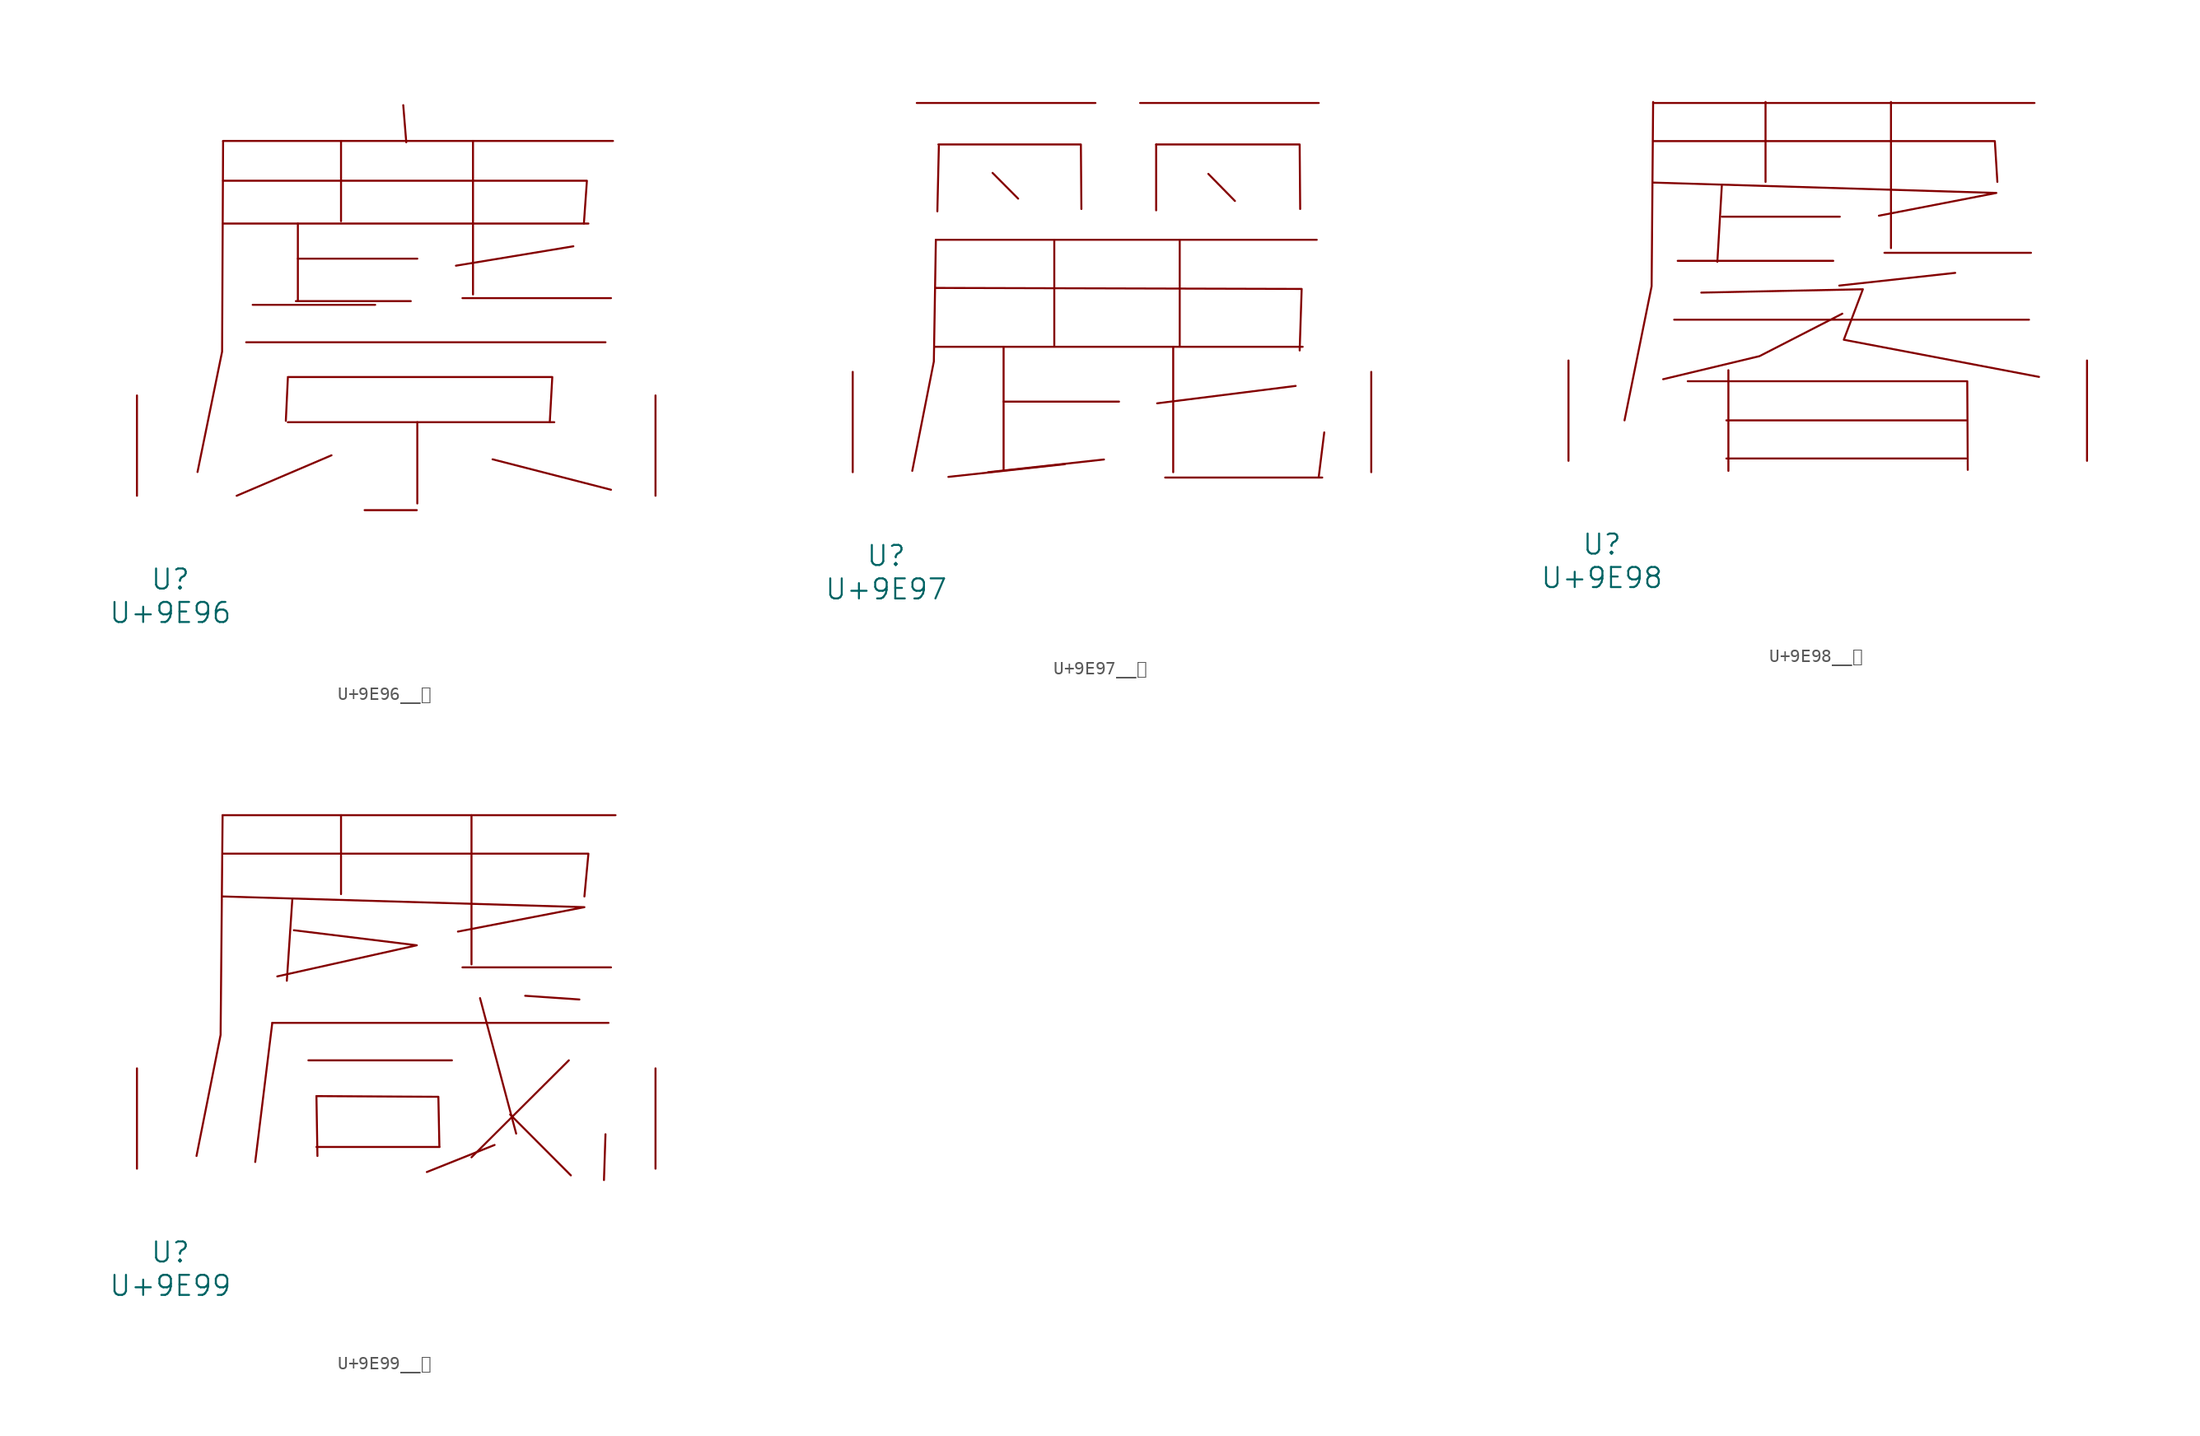
<source format=kicad_sym>
(kicad_symbol_lib
  (version 20231120)
  (generator "kicad_symbol_editor")
  (generator_version "8.0")
  (symbol "U+9E96__麖"
    (pin_names
      (offset 1.016))
    (property "Reference" "U"
      (at 0 -6.35 0)
      (effects (font (size 1.524 1.524))))
    (property "Value" "U+9E96"
      (at 0 -8.89 0)
      (effects (font (size 1.524 1.524))))
    (symbol "U+9E96__麖_0_1"
      (polyline (pts (xy 4 20.676) (xy 31.737 20.676)) (stroke (width 0) (type solid)) (fill (type none)))
      (polyline (pts (xy 4 26.949) (xy 33.604 26.949)) (stroke (width 0) (type solid)) (fill (type none)))
      (polyline (pts (xy 5.753 11.659) (xy 33.033 11.659)) (stroke (width 0) (type solid)) (fill (type none)))
      (polyline (pts (xy 6.248 14.503) (xy 15.545 14.503)) (stroke (width 0) (type solid)) (fill (type none)))
      (polyline (pts (xy 8.915 5.588) (xy 29.146 5.588)) (stroke (width 0) (type solid)) (fill (type none)))
      (polyline (pts (xy 8.915 8.915) (xy 8.763 5.69)) (stroke (width 0) (type solid)) (fill (type none)))
      (polyline (pts (xy 9.525 14.783) (xy 18.25 14.783)) (stroke (width 0) (type solid)) (fill (type none)))
      (polyline (pts (xy 9.677 18.009) (xy 18.745 18.009)) (stroke (width 0) (type solid)) (fill (type none)))
      (polyline (pts (xy 9.677 20.676) (xy 9.677 14.834)) (stroke (width 0) (type solid)) (fill (type none)))
      (polyline (pts (xy 12.23 3.073) (xy 5.029 0)) (stroke (width 0) (type solid)) (fill (type none)))
      (polyline (pts (xy 12.954 26.949) (xy 12.954 20.853)) (stroke (width 0) (type solid)) (fill (type none)))
      (polyline (pts (xy 14.745 -1.092) (xy 18.707 -1.092)) (stroke (width 0) (type solid)) (fill (type none)))
      (polyline (pts (xy 17.678 29.667) (xy 17.907 26.848)) (stroke (width 0) (type solid)) (fill (type none)))
      (polyline (pts (xy 18.745 5.588) (xy 18.745 -0.584)) (stroke (width 0) (type solid)) (fill (type none)))
      (polyline (pts (xy 22.174 15.011) (xy 33.452 15.011)) (stroke (width 0) (type solid)) (fill (type none)))
      (polyline (pts (xy 22.974 26.949) (xy 22.974 15.291)) (stroke (width 0) (type solid)) (fill (type none)))
      (polyline (pts (xy 24.46 2.769) (xy 33.452 0.457)) (stroke (width 0) (type solid)) (fill (type none)))
      (polyline (pts (xy 30.594 18.948) (xy 21.679 17.475)) (stroke (width 0) (type solid)) (fill (type none)))
      (polyline (pts (xy 4 23.927) (xy 31.623 23.927) (xy 31.394 20.676)) (stroke (width 0) (type solid)) (fill (type none)))
      (polyline (pts (xy 4 26.949) (xy 3.924 10.947) (xy 2.057 1.803)) (stroke (width 0) (type solid)) (fill (type none)))
      (polyline (pts (xy 8.915 9.017) (xy 28.994 9.017) (xy 28.804 5.588)) (stroke (width 0) (type solid)) (fill (type none)))
      (pin input line (at -2.54 0 90) (length 7.62) (name "~" (effects (font (size 1.27 1.27)))) (number "~" (effects (font (size 1.27 1.27)))))
      (pin input line (at 36.83 0 90) (length 7.62) (name "~" (effects (font (size 1.27 1.27)))) (number "~" (effects (font (size 1.27 1.27)))))))
  (symbol "U+9E97__麗"
    (pin_names
      (offset 1.016))
    (property "Reference" "U"
      (at 0 -6.35 0)
      (effects (font (size 1.524 1.524))))
    (property "Value" "U+9E97"
      (at 0 -8.89 0)
      (effects (font (size 1.524 1.524))))
    (symbol "U+9E97__麗_0_1"
      (polyline (pts (xy 2.324 28.042) (xy 15.888 28.042)) (stroke (width 0) (type solid)) (fill (type none)))
      (polyline (pts (xy 3.658 9.525) (xy 31.623 9.525)) (stroke (width 0) (type solid)) (fill (type none)))
      (polyline (pts (xy 3.772 17.653) (xy 32.69 17.653)) (stroke (width 0) (type solid)) (fill (type none)))
      (polyline (pts (xy 4 24.79) (xy 3.886 19.812)) (stroke (width 0) (type solid)) (fill (type none)))
      (polyline (pts (xy 8.077 22.733) (xy 10.02 20.777)) (stroke (width 0) (type solid)) (fill (type none)))
      (polyline (pts (xy 8.915 5.359) (xy 17.678 5.359)) (stroke (width 0) (type solid)) (fill (type none)))
      (polyline (pts (xy 8.915 9.525) (xy 8.915 0.102)) (stroke (width 0) (type solid)) (fill (type none)))
      (polyline (pts (xy 12.764 17.653) (xy 12.764 9.627)) (stroke (width 0) (type solid)) (fill (type none)))
      (polyline (pts (xy 13.564 0.61) (xy 4.724 -0.356)) (stroke (width 0) (type solid)) (fill (type none)))
      (polyline (pts (xy 16.535 0.965) (xy 7.734 0)) (stroke (width 0) (type solid)) (fill (type none)))
      (polyline (pts (xy 19.279 28.042) (xy 32.842 28.042)) (stroke (width 0) (type solid)) (fill (type none)))
      (polyline (pts (xy 20.498 24.892) (xy 20.498 19.888)) (stroke (width 0) (type solid)) (fill (type none)))
      (polyline (pts (xy 21.184 -0.406) (xy 33.109 -0.406)) (stroke (width 0) (type solid)) (fill (type none)))
      (polyline (pts (xy 21.793 9.525) (xy 21.793 0)) (stroke (width 0) (type solid)) (fill (type none)))
      (polyline (pts (xy 22.288 17.653) (xy 22.288 9.627)) (stroke (width 0) (type solid)) (fill (type none)))
      (polyline (pts (xy 24.46 22.657) (xy 26.48 20.599)) (stroke (width 0) (type solid)) (fill (type none)))
      (polyline (pts (xy 31.09 6.553) (xy 20.574 5.232)) (stroke (width 0) (type solid)) (fill (type none)))
      (polyline (pts (xy 33.261 3.023) (xy 32.842 -0.356)) (stroke (width 0) (type solid)) (fill (type none)))
      (polyline (pts (xy 3.772 13.995) (xy 31.547 13.919) (xy 31.394 9.246)) (stroke (width 0) (type solid)) (fill (type none)))
      (polyline (pts (xy 3.772 17.653) (xy 3.619 8.407) (xy 1.981 0.102)) (stroke (width 0) (type solid)) (fill (type none)))
      (polyline (pts (xy 3.962 24.892) (xy 14.783 24.892) (xy 14.821 19.99)) (stroke (width 0) (type solid)) (fill (type none)))
      (polyline (pts (xy 20.498 24.892) (xy 31.394 24.892) (xy 31.433 19.99)) (stroke (width 0) (type solid)) (fill (type none)))
      (pin input line (at -2.54 0 90) (length 7.62) (name "~" (effects (font (size 1.27 1.27)))) (number "~" (effects (font (size 1.27 1.27)))))
      (pin input line (at 36.83 0 90) (length 7.62) (name "~" (effects (font (size 1.27 1.27)))) (number "~" (effects (font (size 1.27 1.27)))))))
  (symbol "U+9E98__麘"
    (pin_names
      (offset 1.016))
    (property "Reference" "U"
      (at 0 -6.35 0)
      (effects (font (size 1.524 1.524))))
    (property "Value" "U+9E98"
      (at 0 -8.89 0)
      (effects (font (size 1.524 1.524))))
    (symbol "U+9E98__麘_0_1"
      (polyline (pts (xy 3.886 27.178) (xy 32.842 27.178)) (stroke (width 0) (type solid)) (fill (type none)))
      (polyline (pts (xy 5.486 10.719) (xy 32.423 10.719)) (stroke (width 0) (type solid)) (fill (type none)))
      (polyline (pts (xy 5.753 15.189) (xy 17.564 15.189)) (stroke (width 0) (type solid)) (fill (type none)))
      (polyline (pts (xy 9.106 18.542) (xy 18.059 18.542)) (stroke (width 0) (type solid)) (fill (type none)))
      (polyline (pts (xy 9.106 20.955) (xy 8.763 15.113)) (stroke (width 0) (type solid)) (fill (type none)))
      (polyline (pts (xy 9.449 0.178) (xy 27.661 0.178)) (stroke (width 0) (type solid)) (fill (type none)))
      (polyline (pts (xy 9.449 3.073) (xy 27.661 3.073)) (stroke (width 0) (type solid)) (fill (type none)))
      (polyline (pts (xy 9.601 6.883) (xy 9.601 -0.762)) (stroke (width 0) (type solid)) (fill (type none)))
      (polyline (pts (xy 12.421 27.254) (xy 12.421 21.184)) (stroke (width 0) (type solid)) (fill (type none)))
      (polyline (pts (xy 21.45 15.799) (xy 32.575 15.799)) (stroke (width 0) (type solid)) (fill (type none)))
      (polyline (pts (xy 21.946 27.254) (xy 21.946 16.154)) (stroke (width 0) (type solid)) (fill (type none)))
      (polyline (pts (xy 26.822 14.275) (xy 18.021 13.31)) (stroke (width 0) (type solid)) (fill (type none)))
      (polyline (pts (xy 3.886 21.133) (xy 29.947 20.345) (xy 21.031 18.618)) (stroke (width 0) (type solid)) (fill (type none)))
      (polyline (pts (xy 3.886 24.282) (xy 29.832 24.282) (xy 30.023 21.184)) (stroke (width 0) (type solid)) (fill (type none)))
      (polyline (pts (xy 3.886 27.254) (xy 3.772 13.259) (xy 1.714 3.073)) (stroke (width 0) (type solid)) (fill (type none)))
      (polyline (pts (xy 6.515 6.045) (xy 27.737 6.045) (xy 27.775 -0.686)) (stroke (width 0) (type solid)) (fill (type none)))
      (polyline (pts (xy 18.25 11.176) (xy 11.963 7.95) (xy 4.648 6.198)) (stroke (width 0) (type solid)) (fill (type none)))
      (polyline (pts (xy 7.544 12.776) (xy 19.812 13.03) (xy 18.364 9.195) (xy 33.185 6.375)) (stroke (width 0) (type solid)) (fill (type none)))
      (pin input line (at -2.54 0 90) (length 7.62) (name "~" (effects (font (size 1.27 1.27)))) (number "~" (effects (font (size 1.27 1.27)))))
      (pin input line (at 36.83 0 90) (length 7.62) (name "~" (effects (font (size 1.27 1.27)))) (number "~" (effects (font (size 1.27 1.27)))))))
  (symbol "U+9E99__麙"
    (pin_names
      (offset 1.016))
    (property "Reference" "U"
      (at 0 -6.35 0)
      (effects (font (size 1.524 1.524))))
    (property "Value" "U+9E99"
      (at 0 -8.89 0)
      (effects (font (size 1.524 1.524))))
    (symbol "U+9E99__麙_0_1"
      (polyline (pts (xy 3.962 26.848) (xy 33.795 26.848)) (stroke (width 0) (type solid)) (fill (type none)))
      (polyline (pts (xy 7.734 11.074) (xy 6.439 0.508)) (stroke (width 0) (type solid)) (fill (type none)))
      (polyline (pts (xy 7.734 11.074) (xy 33.261 11.074)) (stroke (width 0) (type solid)) (fill (type none)))
      (polyline (pts (xy 9.258 20.498) (xy 8.839 14.275)) (stroke (width 0) (type solid)) (fill (type none)))
      (polyline (pts (xy 10.477 8.23) (xy 21.374 8.23)) (stroke (width 0) (type solid)) (fill (type none)))
      (polyline (pts (xy 11.087 1.651) (xy 20.422 1.651)) (stroke (width 0) (type solid)) (fill (type none)))
      (polyline (pts (xy 11.087 5.512) (xy 11.163 0.965)) (stroke (width 0) (type solid)) (fill (type none)))
      (polyline (pts (xy 12.954 26.848) (xy 12.954 20.853)) (stroke (width 0) (type solid)) (fill (type none)))
      (polyline (pts (xy 22.174 15.291) (xy 33.452 15.291)) (stroke (width 0) (type solid)) (fill (type none)))
      (polyline (pts (xy 22.86 26.848) (xy 22.86 15.519)) (stroke (width 0) (type solid)) (fill (type none)))
      (polyline (pts (xy 23.508 12.954) (xy 26.251 2.667)) (stroke (width 0) (type solid)) (fill (type none)))
      (polyline (pts (xy 24.613 1.803) (xy 19.469 -0.254)) (stroke (width 0) (type solid)) (fill (type none)))
      (polyline (pts (xy 25.794 4.115) (xy 30.404 -0.508)) (stroke (width 0) (type solid)) (fill (type none)))
      (polyline (pts (xy 26.937 13.132) (xy 31.052 12.852)) (stroke (width 0) (type solid)) (fill (type none)))
      (polyline (pts (xy 30.251 8.23) (xy 22.86 0.864)) (stroke (width 0) (type solid)) (fill (type none)))
      (polyline (pts (xy 33.033 2.616) (xy 32.918 -0.864)) (stroke (width 0) (type solid)) (fill (type none)))
      (polyline (pts (xy 3.962 20.676) (xy 31.433 19.863) (xy 21.831 18.009)) (stroke (width 0) (type solid)) (fill (type none)))
      (polyline (pts (xy 3.962 23.927) (xy 31.737 23.927) (xy 31.433 20.676)) (stroke (width 0) (type solid)) (fill (type none)))
      (polyline (pts (xy 3.962 26.848) (xy 3.81 10.16) (xy 1.981 0.965)) (stroke (width 0) (type solid)) (fill (type none)))
      (polyline (pts (xy 9.373 18.11) (xy 18.707 16.967) (xy 8.115 14.605)) (stroke (width 0) (type solid)) (fill (type none)))
      (polyline (pts (xy 11.087 5.512) (xy 20.345 5.461) (xy 20.422 1.651)) (stroke (width 0) (type solid)) (fill (type none)))
      (pin input line (at -2.54 0 90) (length 7.62) (name "~" (effects (font (size 1.27 1.27)))) (number "~" (effects (font (size 1.27 1.27)))))
      (pin input line (at 36.83 0 90) (length 7.62) (name "~" (effects (font (size 1.27 1.27)))) (number "~" (effects (font (size 1.27 1.27))))))))
</source>
